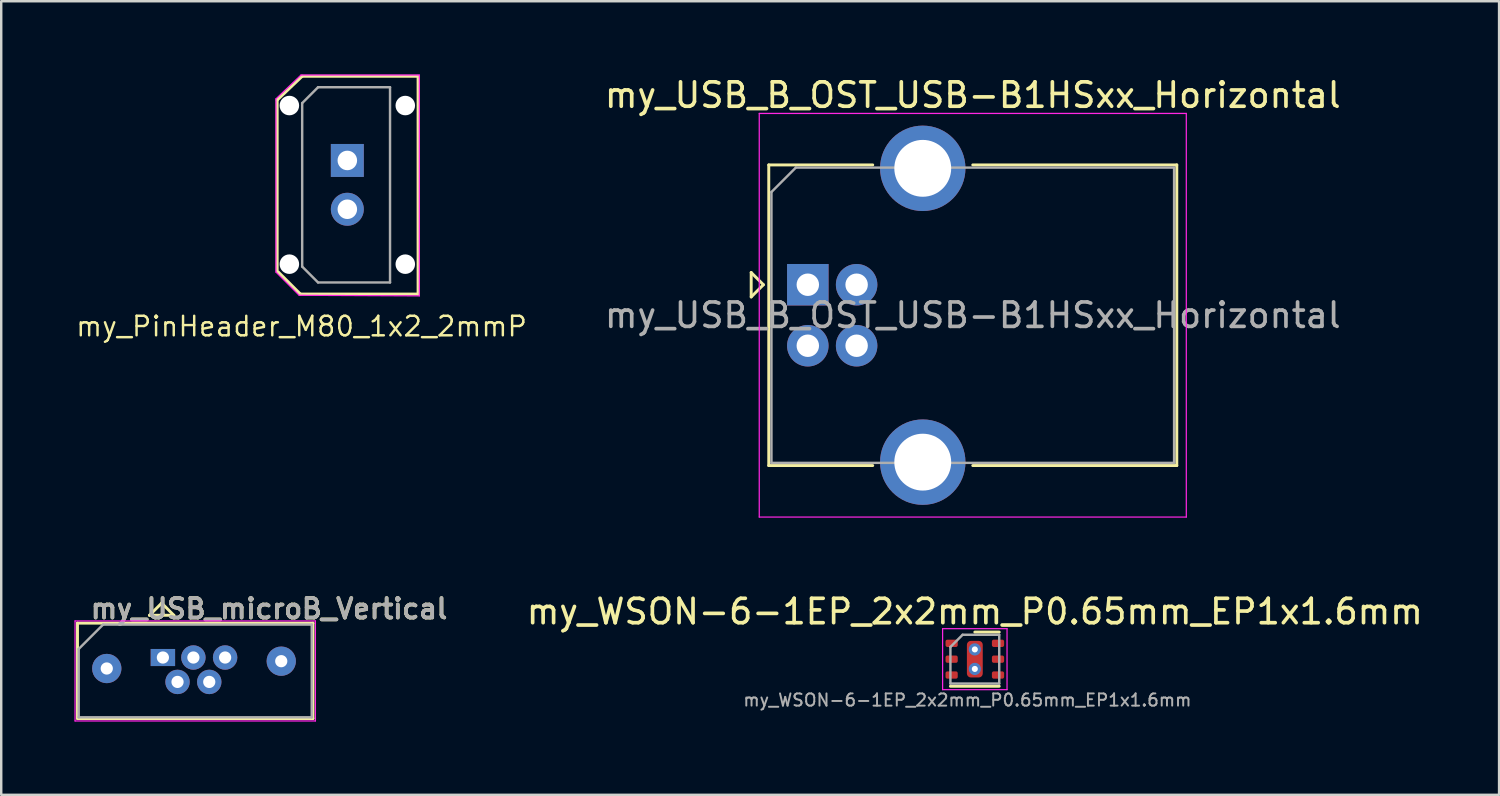
<source format=kicad_pcb>
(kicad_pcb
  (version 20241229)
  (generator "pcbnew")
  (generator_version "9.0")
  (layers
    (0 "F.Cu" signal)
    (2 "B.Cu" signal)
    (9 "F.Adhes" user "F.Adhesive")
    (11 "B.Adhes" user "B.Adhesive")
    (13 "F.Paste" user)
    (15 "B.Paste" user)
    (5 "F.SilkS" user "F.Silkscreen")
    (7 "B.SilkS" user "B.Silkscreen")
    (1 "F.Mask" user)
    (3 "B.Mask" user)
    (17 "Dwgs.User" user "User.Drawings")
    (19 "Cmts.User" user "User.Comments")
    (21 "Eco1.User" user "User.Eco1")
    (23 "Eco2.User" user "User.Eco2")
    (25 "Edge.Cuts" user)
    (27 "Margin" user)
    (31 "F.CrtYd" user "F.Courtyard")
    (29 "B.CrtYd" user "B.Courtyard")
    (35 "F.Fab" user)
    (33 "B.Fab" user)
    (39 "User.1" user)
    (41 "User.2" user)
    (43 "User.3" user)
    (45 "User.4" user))
  (footprint "my_WSON-6-1EP_2x2mm_P0.65mm_EP1x1.6mm"
    (layer "F.Cu")
    (at 36.897 23.962)
    (property "Reference" "my_WSON-6-1EP_2x2mm_P0.65mm_EP1x1.6mm" (at 0 -1.95 0) (layer "F.SilkS") (effects (font (size 1 1) (thickness 0.15))))
    (attr smd)
    (fp_line (start -1 1.11) (end 1 1.11) (stroke (width 0.12) (type solid)) (layer "F.SilkS"))
    (fp_line (start 0 -1.11) (end 1 -1.11) (stroke (width 0.12) (type solid)) (layer "F.SilkS"))
    (fp_line (start -1.32 -1.25) (end -1.32 1.25) (stroke (width 0.05) (type solid)) (layer "F.CrtYd"))
    (fp_line (start -1.32 1.25) (end 1.32 1.25) (stroke (width 0.05) (type solid)) (layer "F.CrtYd"))
    (fp_line (start 1.32 -1.25) (end -1.32 -1.25) (stroke (width 0.05) (type solid)) (layer "F.CrtYd"))
    (fp_line (start 1.32 1.25) (end 1.32 -1.25) (stroke (width 0.05) (type solid)) (layer "F.CrtYd"))
    (fp_line (start -1 -0.5) (end -0.5 -1) (stroke (width 0.1) (type solid)) (layer "F.Fab"))
    (fp_line (start -1 1) (end -1 -0.5) (stroke (width 0.1) (type solid)) (layer "F.Fab"))
    (fp_line (start -0.5 -1) (end 1 -1) (stroke (width 0.1) (type solid)) (layer "F.Fab"))
    (fp_line (start 1 -1) (end 1 1) (stroke (width 0.1) (type solid)) (layer "F.Fab"))
    (fp_line (start 1 1) (end -1 1) (stroke (width 0.1) (type solid)) (layer "F.Fab"))
    (fp_text user "${REFERENCE}" (at -0.305 1.676 0) (layer "F.Fab") (effects (font (size 0.5 0.5) (thickness 0.08))))
    (pad "1" smd roundrect (at -0.95 -0.65) (size 0.5 0.3) (layers "F.Cu" "F.Mask" "F.Paste") (roundrect_rratio 0.25))
    (pad "2" smd roundrect (at -0.95 0) (size 0.5 0.3) (layers "F.Cu" "F.Mask" "F.Paste") (roundrect_rratio 0.25))
    (pad "3" smd roundrect (at -0.95 0.65) (size 0.5 0.3) (layers "F.Cu" "F.Mask" "F.Paste") (roundrect_rratio 0.25))
    (pad "4" smd roundrect (at 0.95 0.65) (size 0.5 0.3) (layers "F.Cu" "F.Mask" "F.Paste") (roundrect_rratio 0.25))
    (pad "5" smd roundrect (at 0.95 0) (size 0.5 0.3) (layers "F.Cu" "F.Mask" "F.Paste") (roundrect_rratio 0.25))
    (pad "6" smd roundrect (at 0.95 -0.65) (size 0.5 0.3) (layers "F.Cu" "F.Mask" "F.Paste") (roundrect_rratio 0.25))
    (pad "7" thru_hole circle (at 0 -0.4) (size 0.5 0.5) (drill 0.25) (layers "*.Cu" "*.Mask"))
    (pad "7" smd roundrect (at 0 0) (size 0.65 1.5) (layers "F.Cu" "F.Mask") (roundrect_rratio 0.25))
    (pad "7" thru_hole circle (at 0 0.4) (size 0.5 0.5) (drill 0.25) (layers "*.Cu" "*.Mask")))
  (footprint "my_USB_microB_Vertical"
    (layer "F.Cu")
    (at 3.875 24.044)
    (property "Reference" "my_USB_microB_Vertical" (at 4.1 -2.15 0) (layer "F.SilkS") (effects (font (size 0.8 0.8) (thickness 0.15))))
    (attr through_hole)
    (fp_line (start -3.75 -1.56) (end -3.75 2.35) (stroke (width 0.12) (type solid)) (layer "F.SilkS"))
    (fp_line (start -3.75 2.35) (end 5.9 2.35) (stroke (width 0.12) (type solid)) (layer "F.SilkS"))
    (fp_line (start -0.8 -1.88) (end 0.2 -1.88) (stroke (width 0.12) (type solid)) (layer "F.SilkS"))
    (fp_line (start -0.3 -2.38) (end -0.8 -1.88) (stroke (width 0.12) (type solid)) (layer "F.SilkS"))
    (fp_line (start 0.2 -1.88) (end -0.3 -2.38) (stroke (width 0.12) (type solid)) (layer "F.SilkS"))
    (fp_line (start 5.9 -1.56) (end -3.75 -1.56) (stroke (width 0.12) (type solid)) (layer "F.SilkS"))
    (fp_line (start 5.9 -1.56) (end 5.9 2.35) (stroke (width 0.12) (type solid)) (layer "F.SilkS"))
    (fp_line (start -3.85 -1.65) (end -3.85 2.45) (stroke (width 0.05) (type solid)) (layer "F.CrtYd"))
    (fp_line (start -3.85 2.45) (end 6 2.45) (stroke (width 0.05) (type solid)) (layer "F.CrtYd"))
    (fp_line (start 6 -1.65) (end -3.85 -1.65) (stroke (width 0.05) (type solid)) (layer "F.CrtYd"))
    (fp_line (start 6 2.45) (end 6 -1.65) (stroke (width 0.05) (type solid)) (layer "F.CrtYd"))
    (fp_line (start -3.7 -0.5) (end -2.7 -1.5) (stroke (width 0.1) (type solid)) (layer "F.Fab"))
    (fp_line (start -3.7 2.3) (end -3.7 -0.5) (stroke (width 0.1) (type solid)) (layer "F.Fab"))
    (fp_line (start -2.7 -1.5) (end 5.85 -1.5) (stroke (width 0.1) (type solid)) (layer "F.Fab"))
    (fp_line (start 5.85 -1.5) (end 5.85 2.3) (stroke (width 0.1) (type solid)) (layer "F.Fab"))
    (fp_line (start 5.85 2.3) (end -3.7 2.3) (stroke (width 0.1) (type solid)) (layer "F.Fab"))
    (fp_text user "${REFERENCE}" (at 4.1 -2.15 0) (layer "F.Fab") (effects (font (size 0.8 0.8) (thickness 0.15))))
    (pad "1" thru_hole rect (at -0.25 -0.15) (size 1 0.7) (drill 0.5) (layers "*.Cu" "*.Mask"))
    (pad "2" thru_hole circle (at 0.35 0.85) (size 1 1) (drill 0.5) (layers "*.Cu" "*.Mask"))
    (pad "3" thru_hole circle (at 1 -0.15) (size 1 1) (drill 0.5) (layers "*.Cu" "*.Mask"))
    (pad "4" thru_hole circle (at 1.65 0.85) (size 1 1) (drill 0.5) (layers "*.Cu" "*.Mask"))
    (pad "5" thru_hole circle (at 2.3 -0.15) (size 1 1) (drill 0.5) (layers "*.Cu" "*.Mask"))
    (pad "6" thru_hole circle (at -2.55 0.3) (size 1.2 1.2) (drill 0.5) (layers "*.Cu" "*.Mask"))
    (pad "6" thru_hole circle (at 4.6 0) (size 1.2 1.2) (drill 0.5) (layers "*.Cu" "*.Mask")))
  (footprint "my_PinHeader_M80_1x2_2mmP"
    (layer "F.Cu")
    (at 11.183 3.525)
    (property "Reference" "my_PinHeader_M80_1x2_2mmP" (at -1.875 6.8 0) (layer "F.SilkS") (effects (font (size 0.8 0.8) (thickness 0.1))))
    (attr through_hole)
    (fp_line (start -2.875 -2.475) (end -2.875 4.525) (stroke (width 0.12) (type solid)) (layer "F.SilkS"))
    (fp_line (start -2.875 -2.475) (end -1.85 -3.45) (stroke (width 0.12) (type solid)) (layer "F.SilkS"))
    (fp_line (start -2.825 4.575) (end -1.925 5.475) (stroke (width 0.12) (type solid)) (layer "F.SilkS"))
    (fp_line (start -1.925 5.475) (end 2.9 5.475) (stroke (width 0.12) (type solid)) (layer "F.SilkS"))
    (fp_line (start -1.85 -3.45) (end 2.9 -3.45) (stroke (width 0.12) (type solid)) (layer "F.SilkS"))
    (fp_line (start 2.9 -3.45) (end 2.9 5.475) (stroke (width 0.12) (type solid)) (layer "F.SilkS"))
    (fp_line (start -2.925 -2.525) (end -2.925 4.575) (stroke (width 0.05) (type solid)) (layer "F.CrtYd"))
    (fp_line (start -2.925 -2.525) (end -1.9 -3.5) (stroke (width 0.05) (type solid)) (layer "F.CrtYd"))
    (fp_line (start -1.975 5.525) (end -2.925 4.575) (stroke (width 0.05) (type solid)) (layer "F.CrtYd"))
    (fp_line (start -1.975 5.525) (end 2.95 5.55) (stroke (width 0.05) (type solid)) (layer "F.CrtYd"))
    (fp_line (start 2.95 -3.5) (end -1.9 -3.5) (stroke (width 0.05) (type solid)) (layer "F.CrtYd"))
    (fp_line (start 2.95 5.55) (end 2.95 -3.5) (stroke (width 0.05) (type solid)) (layer "F.CrtYd"))
    (fp_line (start -1.85 -2.35) (end -1.2 -3) (stroke (width 0.1) (type solid)) (layer "F.Fab"))
    (fp_line (start -1.85 4.35) (end -1.85 -2.35) (stroke (width 0.1) (type solid)) (layer "F.Fab"))
    (fp_line (start -1.85 4.35) (end -1.2 5) (stroke (width 0.1) (type solid)) (layer "F.Fab"))
    (fp_line (start -1.2 -3) (end 1.75 -3) (stroke (width 0.1) (type solid)) (layer "F.Fab"))
    (fp_line (start 1.75 -3) (end 1.75 5) (stroke (width 0.1) (type solid)) (layer "F.Fab"))
    (fp_line (start 1.75 5) (end -1.2 5) (stroke (width 0.1) (type solid)) (layer "F.Fab"))
    (pad "" np_thru_hole circle (at -2.375 -2.25) (size 0.8 0.8) (drill 0.8) (layers "*.Cu" "*.Mask"))
    (pad "" np_thru_hole circle (at -2.375 4.25) (size 0.8 0.8) (drill 0.8) (layers "*.Cu" "*.Mask"))
    (pad "" np_thru_hole circle (at 2.375 -2.25) (size 0.8 0.8) (drill 0.8) (layers "*.Cu" "*.Mask"))
    (pad "" np_thru_hole circle (at 2.375 4.25) (size 0.8 0.8) (drill 0.8) (layers "*.Cu" "*.Mask"))
    (pad "1" thru_hole rect (at 0 0) (size 1.35 1.35) (drill 0.8) (layers "*.Cu" "*.Mask"))
    (pad "2" thru_hole oval (at 0 2) (size 1.35 1.35) (drill 0.8) (layers "*.Cu" "*.Mask")))
  (footprint "my_USB_B_OST_USB-B1HSxx_Horizontal"
    (layer "F.Cu")
    (at 30.053 8.618)
    (property "Reference" "my_USB_B_OST_USB-B1HSxx_Horizontal" (at 6.76 -7.77 0) (layer "F.SilkS") (effects (font (size 1 1) (thickness 0.15))))
    (attr through_hole)
    (fp_line (start -2.32 -0.5) (end -2.32 0.5) (stroke (width 0.12) (type solid)) (layer "F.SilkS"))
    (fp_line (start -2.32 0.5) (end -1.82 0) (stroke (width 0.12) (type solid)) (layer "F.SilkS"))
    (fp_line (start -1.82 0) (end -2.32 -0.5) (stroke (width 0.12) (type solid)) (layer "F.SilkS"))
    (fp_line (start -1.6 -4.91) (end -1.6 7.41) (stroke (width 0.12) (type solid)) (layer "F.SilkS"))
    (fp_line (start -1.6 7.41) (end 2.66 7.41) (stroke (width 0.12) (type solid)) (layer "F.SilkS"))
    (fp_line (start 2.66 -4.91) (end -1.6 -4.91) (stroke (width 0.12) (type solid)) (layer "F.SilkS"))
    (fp_line (start 6.76 -4.91) (end 15.12 -4.91) (stroke (width 0.12) (type solid)) (layer "F.SilkS"))
    (fp_line (start 15.12 -4.91) (end 15.12 7.41) (stroke (width 0.12) (type solid)) (layer "F.SilkS"))
    (fp_line (start 15.12 7.41) (end 6.76 7.41) (stroke (width 0.12) (type solid)) (layer "F.SilkS"))
    (fp_line (start -1.99 -7.02) (end -1.99 9.52) (stroke (width 0.05) (type solid)) (layer "F.CrtYd"))
    (fp_line (start -1.99 9.52) (end 15.51 9.52) (stroke (width 0.05) (type solid)) (layer "F.CrtYd"))
    (fp_line (start 15.51 -7.02) (end -1.99 -7.02) (stroke (width 0.05) (type solid)) (layer "F.CrtYd"))
    (fp_line (start 15.51 9.52) (end 15.51 -7.02) (stroke (width 0.05) (type solid)) (layer "F.CrtYd"))
    (fp_line (start -1.49 -3.8) (end -0.49 -4.8) (stroke (width 0.1) (type solid)) (layer "F.Fab"))
    (fp_line (start -1.49 7.3) (end -1.49 -3.8) (stroke (width 0.1) (type solid)) (layer "F.Fab"))
    (fp_line (start -0.49 -4.8) (end 15.01 -4.8) (stroke (width 0.1) (type solid)) (layer "F.Fab"))
    (fp_line (start 15.01 -4.8) (end 15.01 7.3) (stroke (width 0.1) (type solid)) (layer "F.Fab"))
    (fp_line (start 15.01 7.3) (end -1.49 7.3) (stroke (width 0.1) (type solid)) (layer "F.Fab"))
    (fp_text user "${REFERENCE}" (at 6.76 1.25 0) (layer "F.Fab") (effects (font (size 1 1) (thickness 0.15))))
    (pad "1" thru_hole rect (at 0 0) (size 1.7 1.7) (drill 0.92) (layers "*.Cu" "*.Mask"))
    (pad "2" thru_hole circle (at 0 2.5) (size 1.7 1.7) (drill 0.92) (layers "*.Cu" "*.Mask"))
    (pad "3" thru_hole circle (at 2 2.5) (size 1.7 1.7) (drill 0.92) (layers "*.Cu" "*.Mask"))
    (pad "4" thru_hole circle (at 2 0) (size 1.7 1.7) (drill 0.92) (layers "*.Cu" "*.Mask"))
    (pad "5" thru_hole circle (at 4.71 -4.77) (size 3.5 3.5) (drill 2.33) (layers "*.Cu" "*.Mask"))
    (pad "5" thru_hole circle (at 4.71 7.27) (size 3.5 3.5) (drill 2.33) (layers "*.Cu" "*.Mask")))
  (gr_rect
    (start -3 -3)
    (end 58.38 29.52)
    (stroke (width 0.1) (type default))
    (fill no)
    (layer "Edge.Cuts")))
</source>
